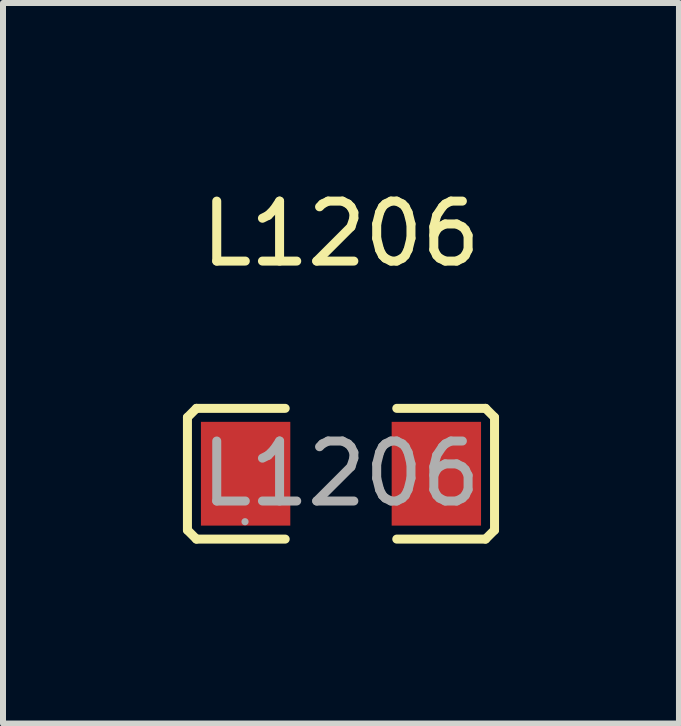
<source format=kicad_pcb>
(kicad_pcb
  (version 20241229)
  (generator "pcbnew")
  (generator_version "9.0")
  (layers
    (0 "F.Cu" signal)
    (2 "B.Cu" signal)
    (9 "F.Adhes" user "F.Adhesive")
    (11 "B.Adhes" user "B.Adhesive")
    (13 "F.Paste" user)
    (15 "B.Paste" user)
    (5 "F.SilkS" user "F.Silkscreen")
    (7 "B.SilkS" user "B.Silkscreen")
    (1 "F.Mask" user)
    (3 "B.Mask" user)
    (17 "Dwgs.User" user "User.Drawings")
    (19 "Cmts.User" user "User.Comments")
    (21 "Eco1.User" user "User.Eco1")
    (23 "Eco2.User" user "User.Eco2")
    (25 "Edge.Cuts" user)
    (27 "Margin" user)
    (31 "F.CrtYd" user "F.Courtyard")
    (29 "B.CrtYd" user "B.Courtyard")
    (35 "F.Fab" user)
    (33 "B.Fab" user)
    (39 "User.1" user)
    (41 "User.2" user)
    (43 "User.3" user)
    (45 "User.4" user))
  (footprint "L1206"
    (layer "F.Cu")
    (at 2.635 4.848)
    (property "Reference" "L1206" (at 0 -4 0) (layer "F.SilkS") (effects (font (size 1 1) (thickness 0.15))))
    (attr through_hole)
    (fp_line (start -2.56 -0.94) (end -2.41 -1.09) (stroke (width 0.15) (type solid)) (layer "F.SilkS"))
    (fp_line (start -2.56 0.94) (end -2.56 -0.94) (stroke (width 0.15) (type solid)) (layer "F.SilkS"))
    (fp_line (start -2.41 -1.09) (end -0.93 -1.09) (stroke (width 0.15) (type solid)) (layer "F.SilkS"))
    (fp_line (start -2.41 1.09) (end -2.56 0.94) (stroke (width 0.15) (type solid)) (layer "F.SilkS"))
    (fp_line (start -0.93 1.09) (end -2.41 1.09) (stroke (width 0.15) (type solid)) (layer "F.SilkS"))
    (fp_line (start 0.93 1.09) (end 2.41 1.09) (stroke (width 0.15) (type solid)) (layer "F.SilkS"))
    (fp_line (start 2.41 -1.09) (end 0.93 -1.09) (stroke (width 0.15) (type solid)) (layer "F.SilkS"))
    (fp_line (start 2.41 1.09) (end 2.56 0.94) (stroke (width 0.15) (type solid)) (layer "F.SilkS"))
    (fp_line (start 2.56 -0.94) (end 2.41 -1.09) (stroke (width 0.15) (type solid)) (layer "F.SilkS"))
    (fp_line (start 2.56 0.94) (end 2.56 -0.94) (stroke (width 0.15) (type solid)) (layer "F.SilkS"))
    (fp_circle (center -1.6 0.8) (end -1.57 0.8) (stroke (width 0.06) (type solid)) (fill no) (layer "F.Fab"))
    (fp_text user "${REFERENCE}" (at 0 0 0) (layer "F.Fab") (effects (font (size 1 1) (thickness 0.15))))
    (pad "1" smd rect (at -1.59 0) (size 1.49 1.73) (layers "F.Cu" "F.Mask" "F.Paste"))
    (pad "2" smd rect (at 1.59 0) (size 1.49 1.73) (layers "F.Cu" "F.Mask" "F.Paste")))
  (gr_rect
    (start -3 -3)
    (end 8.27 9.013)
    (stroke (width 0.1) (type default))
    (fill no)
    (layer "Edge.Cuts")))
</source>
